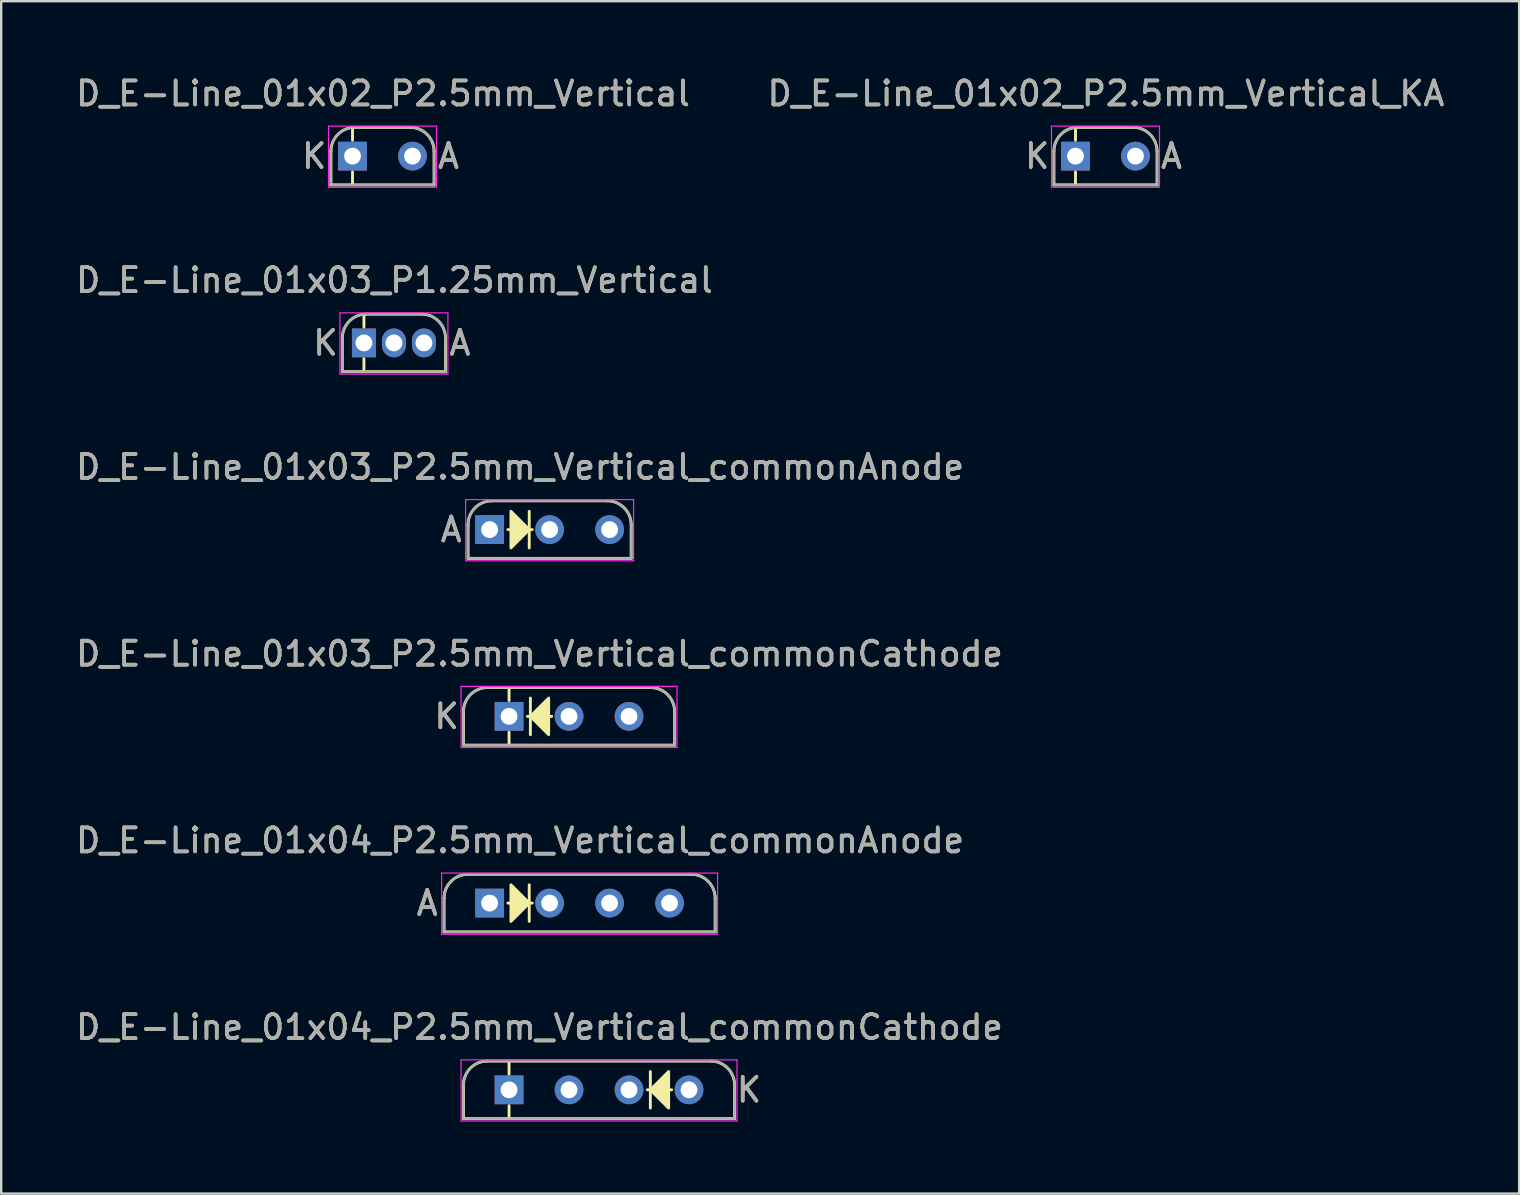
<source format=kicad_pcb>
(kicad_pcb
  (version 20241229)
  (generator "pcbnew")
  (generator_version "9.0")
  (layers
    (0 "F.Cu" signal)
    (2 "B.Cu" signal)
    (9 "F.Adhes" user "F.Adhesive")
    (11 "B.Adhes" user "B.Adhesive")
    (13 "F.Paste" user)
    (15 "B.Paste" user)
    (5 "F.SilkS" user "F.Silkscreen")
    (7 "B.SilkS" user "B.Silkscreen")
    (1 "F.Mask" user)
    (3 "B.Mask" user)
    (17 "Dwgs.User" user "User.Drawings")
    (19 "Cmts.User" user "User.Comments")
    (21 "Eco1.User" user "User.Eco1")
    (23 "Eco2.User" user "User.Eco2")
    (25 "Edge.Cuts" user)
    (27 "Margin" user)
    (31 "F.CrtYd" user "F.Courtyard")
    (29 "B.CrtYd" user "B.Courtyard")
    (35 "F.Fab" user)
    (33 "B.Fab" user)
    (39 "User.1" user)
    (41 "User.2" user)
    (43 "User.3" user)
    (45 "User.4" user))
  (footprint "D_E-Line_01x02_P2.5mm_Vertical_KA"
    (layer "F.Cu")
    (at 41.772 3.457)
    (property "Reference" "D_E-Line_01x02_P2.5mm_Vertical_KA" (at 1.27 -2.609 0) (layer "F.SilkS") (effects (font (size 1 1) (thickness 0.15))))
    (attr through_hole)
    (fp_line (start -0.9 -0.2) (end -0.9 1.2) (stroke (width 0.12) (type solid)) (layer "F.SilkS"))
    (fp_line (start -0.9 1.2) (end 3.4 1.2) (stroke (width 0.12) (type solid)) (layer "F.SilkS"))
    (fp_line (start 0 -1.168) (end 0 -0.66) (stroke (width 0.12) (type solid)) (layer "F.SilkS"))
    (fp_line (start 0 0.66) (end 0 1.168) (stroke (width 0.12) (type solid)) (layer "F.SilkS"))
    (fp_line (start 2.4 -1.2) (end 0.1 -1.2) (stroke (width 0.12) (type solid)) (layer "F.SilkS"))
    (fp_line (start 3.4 1.2) (end 3.4 -0.2) (stroke (width 0.12) (type solid)) (layer "F.SilkS"))
    (fp_arc (start -0.9 -0.2) (mid -0.607107 -0.907107) (end 0.1 -1.2) (stroke (width 0.12) (type solid)) (layer "F.SilkS"))
    (fp_arc (start 2.4 -1.2) (mid 3.107107 -0.907107) (end 3.4 -0.2) (stroke (width 0.12) (type solid)) (layer "F.SilkS"))
    (fp_line (start -1 -1.25) (end -1 1.3) (stroke (width 0.05) (type solid)) (layer "F.CrtYd"))
    (fp_line (start -1 1.3) (end 3.5 1.3) (stroke (width 0.05) (type solid)) (layer "F.CrtYd"))
    (fp_line (start 3.5 -1.25) (end -1 -1.25) (stroke (width 0.05) (type solid)) (layer "F.CrtYd"))
    (fp_line (start 3.5 1.3) (end 3.5 -1.25) (stroke (width 0.05) (type solid)) (layer "F.CrtYd"))
    (fp_line (start -0.9 -0.2) (end -0.9 1.2) (stroke (width 0.1) (type solid)) (layer "F.Fab"))
    (fp_line (start -0.9 1.2) (end 3.4 1.2) (stroke (width 0.1) (type solid)) (layer "F.Fab"))
    (fp_line (start 2.4 -1.2) (end 0.1 -1.2) (stroke (width 0.1) (type solid)) (layer "F.Fab"))
    (fp_line (start 3.4 1.2) (end 3.4 -0.2) (stroke (width 0.1) (type solid)) (layer "F.Fab"))
    (fp_arc (start -0.9 -0.2) (mid -0.607107 -0.907107) (end 0.1 -1.2) (stroke (width 0.1) (type solid)) (layer "F.Fab"))
    (fp_arc (start 2.4 -1.2) (mid 3.107107 -0.907107) (end 3.4 -0.2) (stroke (width 0.1) (type solid)) (layer "F.Fab"))
    (fp_text user "K" (at -1.6 0 0) (layer "F.SilkS") (effects (font (size 1 1) (thickness 0.15))))
    (fp_text user "A" (at 4 0 0) (layer "F.SilkS") (effects (font (size 1 1) (thickness 0.15))))
    (fp_text user "A" (at 4 0 0) (layer "F.Fab") (effects (font (size 1 1) (thickness 0.15))))
    (fp_text user "${REFERENCE}" (at 1.27 -2.609 0) (layer "F.Fab") (effects (font (size 1 1) (thickness 0.15))))
    (fp_text user "K" (at -1.6 0 0) (layer "F.Fab") (effects (font (size 1 1) (thickness 0.15))))
    (pad "1" thru_hole rect (at 0 0) (size 1.2 1.2) (drill 0.7) (layers "*.Cu" "*.Mask"))
    (pad "2" thru_hole oval (at 2.5 0) (size 1.2 1.2) (drill 0.7) (layers "*.Cu" "*.Mask")))
  (footprint "D_E-Line_01x02_P2.5mm_Vertical"
    (layer "F.Cu")
    (at 11.641 3.457)
    (property "Reference" "D_E-Line_01x02_P2.5mm_Vertical" (at 1.27 -2.609 0) (layer "F.SilkS") (effects (font (size 1 1) (thickness 0.15))))
    (attr through_hole)
    (fp_line (start -0.9 -0.2) (end -0.9 1.2) (stroke (width 0.12) (type solid)) (layer "F.SilkS"))
    (fp_line (start -0.9 1.2) (end 3.4 1.2) (stroke (width 0.12) (type solid)) (layer "F.SilkS"))
    (fp_line (start 0 -1.168) (end 0 -0.66) (stroke (width 0.12) (type solid)) (layer "F.SilkS"))
    (fp_line (start 0 0.66) (end 0 1.168) (stroke (width 0.12) (type solid)) (layer "F.SilkS"))
    (fp_line (start 2.4 -1.2) (end 0.1 -1.2) (stroke (width 0.12) (type solid)) (layer "F.SilkS"))
    (fp_line (start 3.4 1.2) (end 3.4 -0.2) (stroke (width 0.12) (type solid)) (layer "F.SilkS"))
    (fp_arc (start -0.9 -0.2) (mid -0.607107 -0.907107) (end 0.1 -1.2) (stroke (width 0.12) (type solid)) (layer "F.SilkS"))
    (fp_arc (start 2.4 -1.2) (mid 3.107107 -0.907107) (end 3.4 -0.2) (stroke (width 0.12) (type solid)) (layer "F.SilkS"))
    (fp_line (start -1 -1.25) (end -1 1.3) (stroke (width 0.05) (type solid)) (layer "F.CrtYd"))
    (fp_line (start -1 1.3) (end 3.5 1.3) (stroke (width 0.05) (type solid)) (layer "F.CrtYd"))
    (fp_line (start 3.5 -1.25) (end -1 -1.25) (stroke (width 0.05) (type solid)) (layer "F.CrtYd"))
    (fp_line (start 3.5 1.3) (end 3.5 -1.25) (stroke (width 0.05) (type solid)) (layer "F.CrtYd"))
    (fp_line (start -0.9 -0.2) (end -0.9 1.2) (stroke (width 0.1) (type solid)) (layer "F.Fab"))
    (fp_line (start -0.9 1.2) (end 3.4 1.2) (stroke (width 0.1) (type solid)) (layer "F.Fab"))
    (fp_line (start 2.4 -1.2) (end 0.1 -1.2) (stroke (width 0.1) (type solid)) (layer "F.Fab"))
    (fp_line (start 3.4 1.2) (end 3.4 -0.2) (stroke (width 0.1) (type solid)) (layer "F.Fab"))
    (fp_arc (start -0.9 -0.2) (mid -0.607107 -0.907107) (end 0.1 -1.2) (stroke (width 0.1) (type solid)) (layer "F.Fab"))
    (fp_arc (start 2.4 -1.2) (mid 3.107107 -0.907107) (end 3.4 -0.2) (stroke (width 0.1) (type solid)) (layer "F.Fab"))
    (fp_text user "A" (at 4 0 0) (layer "F.SilkS") (effects (font (size 1 1) (thickness 0.15))))
    (fp_text user "K" (at -1.6 0 0) (layer "F.SilkS") (effects (font (size 1 1) (thickness 0.15))))
    (fp_text user "A" (at 4 0 0) (layer "F.Fab") (effects (font (size 1 1) (thickness 0.15))))
    (fp_text user "${REFERENCE}" (at 1.27 -2.609 0) (layer "F.Fab") (effects (font (size 1 1) (thickness 0.15))))
    (fp_text user "K" (at -1.6 0 0) (layer "F.Fab") (effects (font (size 1 1) (thickness 0.15))))
    (pad "1" thru_hole rect (at 0 0) (size 1.2 1.2) (drill 0.7) (layers "*.Cu" "*.Mask"))
    (pad "2" thru_hole oval (at 2.5 0) (size 1.2 1.2) (drill 0.7) (layers "*.Cu" "*.Mask")))
  (footprint "D_E-Line_01x03_P1.25mm_Vertical"
    (layer "F.Cu")
    (at 12.117 11.24)
    (property "Reference" "D_E-Line_01x03_P1.25mm_Vertical" (at 1.27 -2.609 0) (layer "F.SilkS") (effects (font (size 1 1) (thickness 0.15))))
    (attr through_hole)
    (fp_line (start -0.9 -0.2) (end -0.9 1.2) (stroke (width 0.12) (type solid)) (layer "F.SilkS"))
    (fp_line (start -0.9 1.2) (end 3.4 1.2) (stroke (width 0.12) (type solid)) (layer "F.SilkS"))
    (fp_line (start 0 -1.168) (end 0 -0.66) (stroke (width 0.12) (type solid)) (layer "F.SilkS"))
    (fp_line (start 0 0.66) (end 0 1.168) (stroke (width 0.12) (type solid)) (layer "F.SilkS"))
    (fp_line (start 2.4 -1.2) (end 0.1 -1.2) (stroke (width 0.12) (type solid)) (layer "F.SilkS"))
    (fp_line (start 3.4 1.2) (end 3.4 -0.2) (stroke (width 0.12) (type solid)) (layer "F.SilkS"))
    (fp_arc (start -0.9 -0.2) (mid -0.607107 -0.907107) (end 0.1 -1.2) (stroke (width 0.12) (type solid)) (layer "F.SilkS"))
    (fp_arc (start 2.4 -1.2) (mid 3.107107 -0.907107) (end 3.4 -0.2) (stroke (width 0.12) (type solid)) (layer "F.SilkS"))
    (fp_line (start -1 -1.25) (end -1 1.3) (stroke (width 0.05) (type solid)) (layer "F.CrtYd"))
    (fp_line (start -1 1.3) (end 3.5 1.3) (stroke (width 0.05) (type solid)) (layer "F.CrtYd"))
    (fp_line (start 3.5 -1.25) (end -1 -1.25) (stroke (width 0.05) (type solid)) (layer "F.CrtYd"))
    (fp_line (start 3.5 1.3) (end 3.5 -1.25) (stroke (width 0.05) (type solid)) (layer "F.CrtYd"))
    (fp_line (start -0.9 -0.2) (end -0.9 1.2) (stroke (width 0.1) (type solid)) (layer "F.Fab"))
    (fp_line (start -0.9 1.2) (end 3.4 1.2) (stroke (width 0.1) (type solid)) (layer "F.Fab"))
    (fp_line (start 2.4 -1.2) (end 0.1 -1.2) (stroke (width 0.1) (type solid)) (layer "F.Fab"))
    (fp_line (start 3.4 1.2) (end 3.4 -0.2) (stroke (width 0.1) (type solid)) (layer "F.Fab"))
    (fp_arc (start -0.9 -0.2) (mid -0.607107 -0.907107) (end 0.1 -1.2) (stroke (width 0.1) (type solid)) (layer "F.Fab"))
    (fp_arc (start 2.4 -1.2) (mid 3.107107 -0.907107) (end 3.4 -0.2) (stroke (width 0.1) (type solid)) (layer "F.Fab"))
    (fp_text user "A" (at 4 0 0) (layer "F.SilkS") (effects (font (size 1 1) (thickness 0.15))))
    (fp_text user "K" (at -1.6 0 0) (layer "F.SilkS") (effects (font (size 1 1) (thickness 0.15))))
    (fp_text user "K" (at -1.6 0 0) (layer "F.Fab") (effects (font (size 1 1) (thickness 0.15))))
    (fp_text user "A" (at 4 0 0) (layer "F.Fab") (effects (font (size 1 1) (thickness 0.15))))
    (fp_text user "${REFERENCE}" (at 1.27 -2.609 0) (layer "F.Fab") (effects (font (size 1 1) (thickness 0.15))))
    (pad "1" thru_hole rect (at 0 0) (size 1 1.2) (drill 0.7) (layers "*.Cu" "*.Mask"))
    (pad "2" thru_hole oval (at 1.25 0) (size 1 1.2) (drill 0.7) (layers "*.Cu" "*.Mask"))
    (pad "3" thru_hole oval (at 2.5 0) (size 1 1.2) (drill 0.7) (layers "*.Cu" "*.Mask")))
  (footprint "D_E-Line_01x03_P2.5mm_Vertical_commonCathode"
    (layer "F.Cu")
    (at 18.165 26.805)
    (property "Reference" "D_E-Line_01x03_P2.5mm_Vertical_commonCathode" (at 1.27 -2.609 0) (layer "F.SilkS") (effects (font (size 1 1) (thickness 0.15))))
    (attr through_hole)
    (fp_line (start -1.9 -0.2) (end -1.9 1.2) (stroke (width 0.12) (type solid)) (layer "F.SilkS"))
    (fp_line (start -1.9 1.2) (end 6.9 1.2) (stroke (width 0.12) (type solid)) (layer "F.SilkS"))
    (fp_line (start 0 -1.168) (end 0 -0.66) (stroke (width 0.12) (type solid)) (layer "F.SilkS"))
    (fp_line (start 0 0.66) (end 0 1.168) (stroke (width 0.12) (type solid)) (layer "F.SilkS"))
    (fp_line (start 0.762 0) (end 1.778 0) (stroke (width 0.12) (type solid)) (layer "F.SilkS"))
    (fp_line (start 0.889 -0.762) (end 0.889 0.762) (stroke (width 0.12) (type solid)) (layer "F.SilkS"))
    (fp_line (start 5.9 -1.2) (end -0.9 -1.2) (stroke (width 0.12) (type solid)) (layer "F.SilkS"))
    (fp_line (start 6.9 1.2) (end 6.9 -0.2) (stroke (width 0.12) (type solid)) (layer "F.SilkS"))
    (fp_arc (start -1.9 -0.2) (mid -1.607107 -0.907107) (end -0.9 -1.2) (stroke (width 0.12) (type solid)) (layer "F.SilkS"))
    (fp_arc (start 5.9 -1.2) (mid 6.607107 -0.907107) (end 6.9 -0.2) (stroke (width 0.12) (type solid)) (layer "F.SilkS"))
    (fp_poly (pts (xy 1.651 0.762) (xy 0.889 0) (xy 1.651 -0.762)) (stroke (width 0.12) (type solid)) (fill yes) (layer "F.SilkS"))
    (fp_line (start -2 -1.25) (end -2 1.3) (stroke (width 0.05) (type solid)) (layer "F.CrtYd"))
    (fp_line (start -2 1.3) (end 7 1.3) (stroke (width 0.05) (type solid)) (layer "F.CrtYd"))
    (fp_line (start 7 -1.25) (end -2 -1.25) (stroke (width 0.05) (type solid)) (layer "F.CrtYd"))
    (fp_line (start 7 1.3) (end 7 -1.25) (stroke (width 0.05) (type solid)) (layer "F.CrtYd"))
    (fp_line (start -1.9 -0.2) (end -1.9 1.2) (stroke (width 0.1) (type solid)) (layer "F.Fab"))
    (fp_line (start -1.9 1.2) (end 6.9 1.2) (stroke (width 0.1) (type solid)) (layer "F.Fab"))
    (fp_line (start 5.9 -1.2) (end -0.9 -1.2) (stroke (width 0.1) (type solid)) (layer "F.Fab"))
    (fp_line (start 6.9 1.2) (end 6.9 -0.2) (stroke (width 0.1) (type solid)) (layer "F.Fab"))
    (fp_arc (start -1.9 -0.2) (mid -1.607107 -0.907107) (end -0.9 -1.2) (stroke (width 0.1) (type solid)) (layer "F.Fab"))
    (fp_arc (start 5.9 -1.2) (mid 6.607107 -0.907107) (end 6.9 -0.2) (stroke (width 0.1) (type solid)) (layer "F.Fab"))
    (fp_text user "K" (at -2.6 0 0) (layer "F.SilkS") (effects (font (size 1 1) (thickness 0.15))))
    (fp_text user "K" (at -2.6 0 0) (layer "F.Fab") (effects (font (size 1 1) (thickness 0.15))))
    (fp_text user "${REFERENCE}" (at 1.27 -2.609 0) (layer "F.Fab") (effects (font (size 1 1) (thickness 0.15))))
    (pad "1" thru_hole rect (at 0 0) (size 1.2 1.2) (drill 0.7) (layers "*.Cu" "*.Mask"))
    (pad "2" thru_hole oval (at 2.5 0) (size 1.2 1.2) (drill 0.7) (layers "*.Cu" "*.Mask"))
    (pad "3" thru_hole oval (at 5 0) (size 1.2 1.2) (drill 0.7) (layers "*.Cu" "*.Mask")))
  (footprint "D_E-Line_01x03_P2.5mm_Vertical_commonAnode"
    (layer "F.Cu")
    (at 17.355 19.022)
    (property "Reference" "D_E-Line_01x03_P2.5mm_Vertical_commonAnode" (at 1.27 -2.609 0) (layer "F.SilkS") (effects (font (size 1 1) (thickness 0.15))))
    (attr through_hole)
    (fp_line (start -0.9 -0.2) (end -0.9 1.2) (stroke (width 0.12) (type solid)) (layer "F.SilkS"))
    (fp_line (start -0.9 1.2) (end 5.9 1.2) (stroke (width 0.12) (type solid)) (layer "F.SilkS"))
    (fp_line (start 1.651 0.762) (end 1.651 -0.762) (stroke (width 0.12) (type solid)) (layer "F.SilkS"))
    (fp_line (start 1.778 0) (end 0.762 0) (stroke (width 0.12) (type solid)) (layer "F.SilkS"))
    (fp_line (start 4.9 -1.2) (end 0.1 -1.2) (stroke (width 0.12) (type solid)) (layer "F.SilkS"))
    (fp_line (start 5.9 1.2) (end 5.9 -0.2) (stroke (width 0.12) (type solid)) (layer "F.SilkS"))
    (fp_arc (start -0.9 -0.2) (mid -0.607107 -0.907107) (end 0.1 -1.2) (stroke (width 0.12) (type solid)) (layer "F.SilkS"))
    (fp_arc (start 4.9 -1.2) (mid 5.607107 -0.907107) (end 5.9 -0.2) (stroke (width 0.12) (type solid)) (layer "F.SilkS"))
    (fp_poly (pts (xy 0.889 -0.762) (xy 1.651 0) (xy 0.889 0.762)) (stroke (width 0.12) (type solid)) (fill yes) (layer "F.SilkS"))
    (fp_line (start -1 -1.25) (end -1 1.3) (stroke (width 0.05) (type solid)) (layer "F.CrtYd"))
    (fp_line (start -1 1.3) (end 6 1.3) (stroke (width 0.05) (type solid)) (layer "F.CrtYd"))
    (fp_line (start 6 -1.25) (end -1 -1.25) (stroke (width 0.05) (type solid)) (layer "F.CrtYd"))
    (fp_line (start 6 1.3) (end 6 -1.25) (stroke (width 0.05) (type solid)) (layer "F.CrtYd"))
    (fp_line (start -0.9 -0.2) (end -0.9 1.2) (stroke (width 0.1) (type solid)) (layer "F.Fab"))
    (fp_line (start -0.9 1.2) (end 5.9 1.2) (stroke (width 0.1) (type solid)) (layer "F.Fab"))
    (fp_line (start 4.9 -1.2) (end 0.1 -1.2) (stroke (width 0.1) (type solid)) (layer "F.Fab"))
    (fp_line (start 5.9 1.2) (end 5.9 -0.2) (stroke (width 0.1) (type solid)) (layer "F.Fab"))
    (fp_arc (start -0.9 -0.2) (mid -0.607107 -0.907107) (end 0.1 -1.2) (stroke (width 0.1) (type solid)) (layer "F.Fab"))
    (fp_arc (start 4.9 -1.2) (mid 5.607107 -0.907107) (end 5.9 -0.2) (stroke (width 0.1) (type solid)) (layer "F.Fab"))
    (fp_text user "A" (at -1.6 0 0) (layer "F.SilkS") (effects (font (size 1 1) (thickness 0.15))))
    (fp_text user "${REFERENCE}" (at 1.27 -2.609 0) (layer "F.Fab") (effects (font (size 1 1) (thickness 0.15))))
    (fp_text user "A" (at -1.6 0 0) (layer "F.Fab") (effects (font (size 1 1) (thickness 0.15))))
    (pad "1" thru_hole rect (at 0 0) (size 1.2 1.2) (drill 0.7) (layers "*.Cu" "*.Mask"))
    (pad "2" thru_hole oval (at 2.5 0) (size 1.2 1.2) (drill 0.7) (layers "*.Cu" "*.Mask"))
    (pad "3" thru_hole oval (at 5 0) (size 1.2 1.2) (drill 0.7) (layers "*.Cu" "*.Mask")))
  (footprint "D_E-Line_01x04_P2.5mm_Vertical_commonAnode"
    (layer "F.Cu")
    (at 17.355 34.587)
    (property "Reference" "D_E-Line_01x04_P2.5mm_Vertical_commonAnode" (at 1.27 -2.609 0) (layer "F.SilkS") (effects (font (size 1 1) (thickness 0.15))))
    (attr through_hole)
    (fp_line (start -1.9 -0.2) (end -1.9 1.2) (stroke (width 0.12) (type solid)) (layer "F.SilkS"))
    (fp_line (start -1.9 1.2) (end 9.4 1.2) (stroke (width 0.12) (type solid)) (layer "F.SilkS"))
    (fp_line (start 1.651 0.762) (end 1.651 -0.762) (stroke (width 0.12) (type solid)) (layer "F.SilkS"))
    (fp_line (start 1.778 0) (end 0.762 0) (stroke (width 0.12) (type solid)) (layer "F.SilkS"))
    (fp_line (start 8.4 -1.2) (end -0.9 -1.2) (stroke (width 0.12) (type solid)) (layer "F.SilkS"))
    (fp_line (start 9.4 1.2) (end 9.4 -0.2) (stroke (width 0.12) (type solid)) (layer "F.SilkS"))
    (fp_arc (start -1.9 -0.2) (mid -1.607107 -0.907107) (end -0.9 -1.2) (stroke (width 0.12) (type solid)) (layer "F.SilkS"))
    (fp_arc (start 8.4 -1.2) (mid 9.107107 -0.907107) (end 9.4 -0.2) (stroke (width 0.12) (type solid)) (layer "F.SilkS"))
    (fp_poly (pts (xy 0.889 -0.762) (xy 1.651 0) (xy 0.889 0.762)) (stroke (width 0.12) (type solid)) (fill yes) (layer "F.SilkS"))
    (fp_line (start -2 -1.25) (end -2 1.3) (stroke (width 0.05) (type solid)) (layer "F.CrtYd"))
    (fp_line (start -2 1.3) (end 9.5 1.3) (stroke (width 0.05) (type solid)) (layer "F.CrtYd"))
    (fp_line (start 9.5 -1.25) (end -2 -1.25) (stroke (width 0.05) (type solid)) (layer "F.CrtYd"))
    (fp_line (start 9.5 1.3) (end 9.5 -1.25) (stroke (width 0.05) (type solid)) (layer "F.CrtYd"))
    (fp_line (start -1.9 -0.2) (end -1.9 1.2) (stroke (width 0.1) (type solid)) (layer "F.Fab"))
    (fp_line (start -1.9 1.2) (end 9.4 1.2) (stroke (width 0.1) (type solid)) (layer "F.Fab"))
    (fp_line (start 8.4 -1.2) (end -0.9 -1.2) (stroke (width 0.1) (type solid)) (layer "F.Fab"))
    (fp_line (start 9.4 1.2) (end 9.4 -0.2) (stroke (width 0.1) (type solid)) (layer "F.Fab"))
    (fp_arc (start -1.9 -0.2) (mid -1.607107 -0.907107) (end -0.9 -1.2) (stroke (width 0.1) (type solid)) (layer "F.Fab"))
    (fp_arc (start 8.4 -1.2) (mid 9.107107 -0.907107) (end 9.4 -0.2) (stroke (width 0.1) (type solid)) (layer "F.Fab"))
    (fp_text user "A" (at -2.6 0 0) (layer "F.SilkS") (effects (font (size 1 1) (thickness 0.15))))
    (fp_text user "${REFERENCE}" (at 1.27 -2.609 0) (layer "F.Fab") (effects (font (size 1 1) (thickness 0.15))))
    (fp_text user "A" (at -2.6 0 0) (layer "F.Fab") (effects (font (size 1 1) (thickness 0.15))))
    (pad "1" thru_hole rect (at 0 0) (size 1.2 1.2) (drill 0.7) (layers "*.Cu" "*.Mask"))
    (pad "2" thru_hole oval (at 2.5 0) (size 1.2 1.2) (drill 0.7) (layers "*.Cu" "*.Mask"))
    (pad "3" thru_hole oval (at 5 0) (size 1.2 1.2) (drill 0.7) (layers "*.Cu" "*.Mask"))
    (pad "4" thru_hole oval (at 7.5 0) (size 1.2 1.2) (drill 0.7) (layers "*.Cu" "*.Mask")))
  (footprint "D_E-Line_01x04_P2.5mm_Vertical_commonCathode"
    (layer "F.Cu")
    (at 18.165 42.37)
    (property "Reference" "D_E-Line_01x04_P2.5mm_Vertical_commonCathode" (at 1.27 -2.609 0) (layer "F.SilkS") (effects (font (size 1 1) (thickness 0.15))))
    (attr through_hole)
    (fp_line (start -1.9 -0.2) (end -1.9 1.2) (stroke (width 0.12) (type solid)) (layer "F.SilkS"))
    (fp_line (start -1.9 1.2) (end 9.4 1.2) (stroke (width 0.12) (type solid)) (layer "F.SilkS"))
    (fp_line (start 0 -1.168) (end 0 -0.66) (stroke (width 0.12) (type solid)) (layer "F.SilkS"))
    (fp_line (start 0 0.66) (end 0 1.168) (stroke (width 0.12) (type solid)) (layer "F.SilkS"))
    (fp_line (start 5.762 0) (end 6.778 0) (stroke (width 0.12) (type solid)) (layer "F.SilkS"))
    (fp_line (start 5.889 -0.762) (end 5.889 0.762) (stroke (width 0.12) (type solid)) (layer "F.SilkS"))
    (fp_line (start 8.4 -1.2) (end -0.9 -1.2) (stroke (width 0.12) (type solid)) (layer "F.SilkS"))
    (fp_line (start 9.4 1.2) (end 9.4 -0.2) (stroke (width 0.12) (type solid)) (layer "F.SilkS"))
    (fp_arc (start -1.9 -0.2) (mid -1.607107 -0.907107) (end -0.9 -1.2) (stroke (width 0.12) (type solid)) (layer "F.SilkS"))
    (fp_arc (start 8.4 -1.2) (mid 9.107107 -0.907107) (end 9.4 -0.2) (stroke (width 0.12) (type solid)) (layer "F.SilkS"))
    (fp_poly (pts (xy 6.651 0.762) (xy 5.889 0) (xy 6.651 -0.762)) (stroke (width 0.12) (type solid)) (fill yes) (layer "F.SilkS"))
    (fp_line (start -2 -1.25) (end -2 1.3) (stroke (width 0.05) (type solid)) (layer "F.CrtYd"))
    (fp_line (start -2 1.3) (end 9.5 1.3) (stroke (width 0.05) (type solid)) (layer "F.CrtYd"))
    (fp_line (start 9.5 -1.25) (end -2 -1.25) (stroke (width 0.05) (type solid)) (layer "F.CrtYd"))
    (fp_line (start 9.5 1.3) (end 9.5 -1.25) (stroke (width 0.05) (type solid)) (layer "F.CrtYd"))
    (fp_line (start -1.9 -0.2) (end -1.9 1.2) (stroke (width 0.1) (type solid)) (layer "F.Fab"))
    (fp_line (start -1.9 1.2) (end 9.4 1.2) (stroke (width 0.1) (type solid)) (layer "F.Fab"))
    (fp_line (start 8.4 -1.2) (end -0.9 -1.2) (stroke (width 0.1) (type solid)) (layer "F.Fab"))
    (fp_line (start 9.4 1.2) (end 9.4 -0.2) (stroke (width 0.1) (type solid)) (layer "F.Fab"))
    (fp_arc (start -1.9 -0.2) (mid -1.607107 -0.907107) (end -0.9 -1.2) (stroke (width 0.1) (type solid)) (layer "F.Fab"))
    (fp_arc (start 8.4 -1.2) (mid 9.107107 -0.907107) (end 9.4 -0.2) (stroke (width 0.1) (type solid)) (layer "F.Fab"))
    (fp_text user "K" (at 10 0 0) (layer "F.SilkS") (effects (font (size 1 1) (thickness 0.15))))
    (fp_text user "K" (at 10 0 0) (layer "F.Fab") (effects (font (size 1 1) (thickness 0.15))))
    (fp_text user "${REFERENCE}" (at 1.27 -2.609 0) (layer "F.Fab") (effects (font (size 1 1) (thickness 0.15))))
    (pad "1" thru_hole rect (at 0 0) (size 1.2 1.2) (drill 0.7) (layers "*.Cu" "*.Mask"))
    (pad "2" thru_hole oval (at 2.5 0) (size 1.2 1.2) (drill 0.7) (layers "*.Cu" "*.Mask"))
    (pad "3" thru_hole oval (at 5 0) (size 1.2 1.2) (drill 0.7) (layers "*.Cu" "*.Mask"))
    (pad "4" thru_hole oval (at 7.5 0) (size 1.2 1.2) (drill 0.7) (layers "*.Cu" "*.Mask")))
  (gr_rect
    (start -3 -3)
    (end 60.262 46.695)
    (stroke (width 0.1) (type default))
    (fill no)
    (layer "Edge.Cuts")))
</source>
